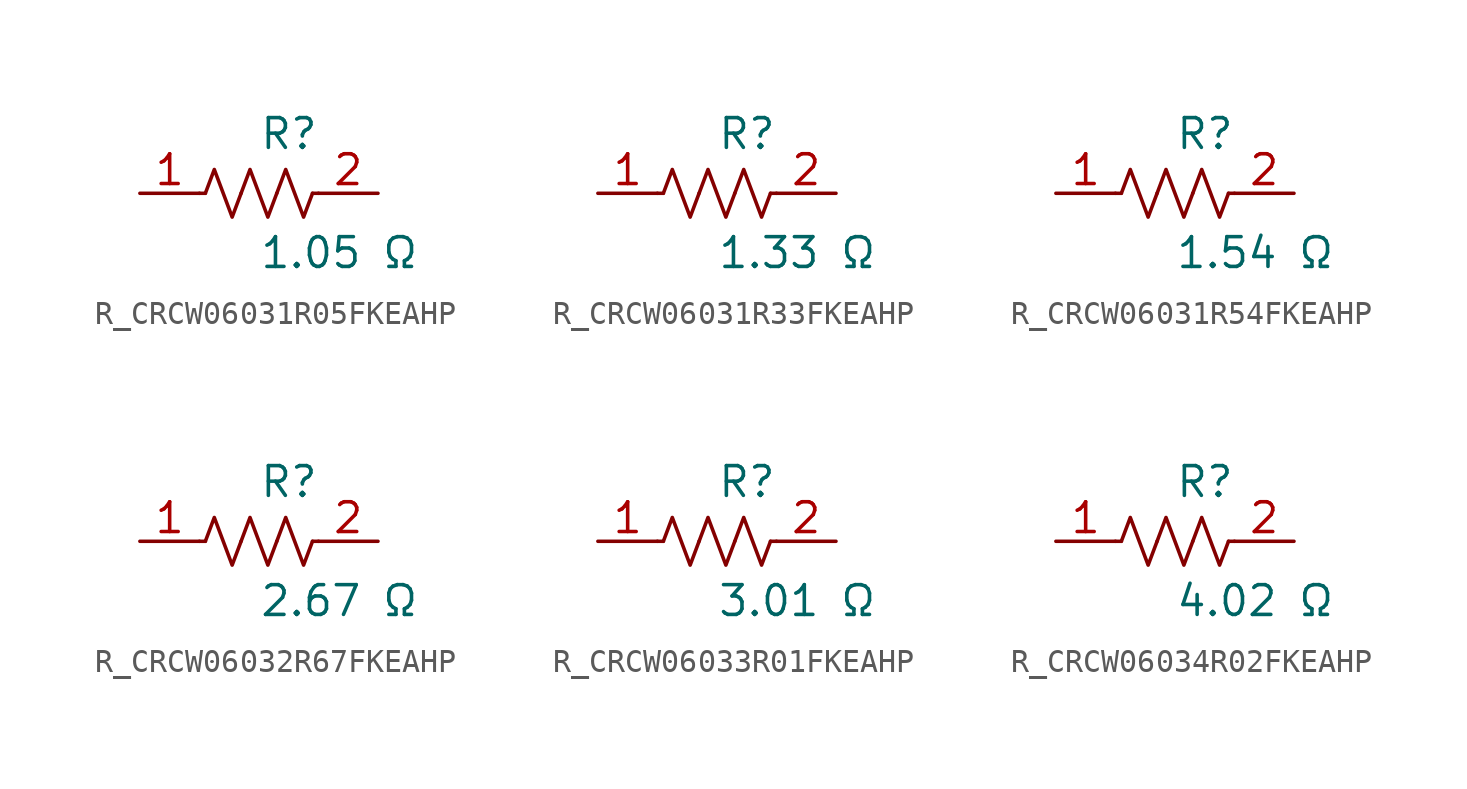
<source format=kicad_sym>
(kicad_symbol_lib
  (version 20231120)
  (generator kicad_symbol_editor)
  (generator_version 8.0)
  (symbol "R_CRCW06031R05FKEAHP"
    (pin_names
      (offset 0.254))
    (property "Reference" "R"
      (at 0.0 2.54 0)
      (effects (font (size 1.27 1.27)) (justify left)))
    (property "Value" "1.05 Ω"
      (at 0.0 -2.54 0)
      (effects (font (size 1.27 1.27)) (justify left)))
    (symbol "R_CRCW06031R05FKEAHP_0_1"
      (polyline (pts (xy 2.286 0) (xy 2.54 0)) (stroke (width 0) (type default)) (fill (type none)))
      (polyline (pts (xy -2.286 0) (xy -2.54 0)) (stroke (width 0) (type default)) (fill (type none)))
      (polyline (pts (xy 0.762 0) (xy 1.143 1.016) (xy 1.524 0) (xy 1.905 -1.016) (xy 2.286 0)) (stroke (width 0) (type default)) (fill (type none)))
      (polyline (pts (xy -0.762 0) (xy -0.381 1.016) (xy 0 0) (xy 0.381 -1.016) (xy 0.762 0)) (stroke (width 0) (type default)) (fill (type none)))
      (polyline (pts (xy -2.286 0) (xy -1.905 1.016) (xy -1.524 0) (xy -1.143 -1.016) (xy -0.762 0)) (stroke (width 0) (type default)) (fill (type none))))
    (pin unspecified line
      (at -5.08 0 0)
      (length 2.54)
      (name "" (effects (font (size 1.27 1.27))))
      (number "1" (effects (font (size 1.27 1.27)))))
    (pin unspecified line
      (at 5.08 0 180)
      (length 2.54)
      (name "" (effects (font (size 1.27 1.27))))
      (number "2" (effects (font (size 1.27 1.27))))))
  (symbol "R_CRCW06031R33FKEAHP"
    (pin_names
      (offset 0.254))
    (property "Reference" "R"
      (at 0.0 2.54 0)
      (effects (font (size 1.27 1.27)) (justify left)))
    (property "Value" "1.33 Ω"
      (at 0.0 -2.54 0)
      (effects (font (size 1.27 1.27)) (justify left)))
    (symbol "R_CRCW06031R33FKEAHP_0_1"
      (polyline (pts (xy 2.286 0) (xy 2.54 0)) (stroke (width 0) (type default)) (fill (type none)))
      (polyline (pts (xy -2.286 0) (xy -2.54 0)) (stroke (width 0) (type default)) (fill (type none)))
      (polyline (pts (xy 0.762 0) (xy 1.143 1.016) (xy 1.524 0) (xy 1.905 -1.016) (xy 2.286 0)) (stroke (width 0) (type default)) (fill (type none)))
      (polyline (pts (xy -0.762 0) (xy -0.381 1.016) (xy 0 0) (xy 0.381 -1.016) (xy 0.762 0)) (stroke (width 0) (type default)) (fill (type none)))
      (polyline (pts (xy -2.286 0) (xy -1.905 1.016) (xy -1.524 0) (xy -1.143 -1.016) (xy -0.762 0)) (stroke (width 0) (type default)) (fill (type none))))
    (pin unspecified line
      (at -5.08 0 0)
      (length 2.54)
      (name "" (effects (font (size 1.27 1.27))))
      (number "1" (effects (font (size 1.27 1.27)))))
    (pin unspecified line
      (at 5.08 0 180)
      (length 2.54)
      (name "" (effects (font (size 1.27 1.27))))
      (number "2" (effects (font (size 1.27 1.27))))))
  (symbol "R_CRCW06031R54FKEAHP"
    (pin_names
      (offset 0.254))
    (property "Reference" "R"
      (at 0.0 2.54 0)
      (effects (font (size 1.27 1.27)) (justify left)))
    (property "Value" "1.54 Ω"
      (at 0.0 -2.54 0)
      (effects (font (size 1.27 1.27)) (justify left)))
    (symbol "R_CRCW06031R54FKEAHP_0_1"
      (polyline (pts (xy 2.286 0) (xy 2.54 0)) (stroke (width 0) (type default)) (fill (type none)))
      (polyline (pts (xy -2.286 0) (xy -2.54 0)) (stroke (width 0) (type default)) (fill (type none)))
      (polyline (pts (xy 0.762 0) (xy 1.143 1.016) (xy 1.524 0) (xy 1.905 -1.016) (xy 2.286 0)) (stroke (width 0) (type default)) (fill (type none)))
      (polyline (pts (xy -0.762 0) (xy -0.381 1.016) (xy 0 0) (xy 0.381 -1.016) (xy 0.762 0)) (stroke (width 0) (type default)) (fill (type none)))
      (polyline (pts (xy -2.286 0) (xy -1.905 1.016) (xy -1.524 0) (xy -1.143 -1.016) (xy -0.762 0)) (stroke (width 0) (type default)) (fill (type none))))
    (pin unspecified line
      (at -5.08 0 0)
      (length 2.54)
      (name "" (effects (font (size 1.27 1.27))))
      (number "1" (effects (font (size 1.27 1.27)))))
    (pin unspecified line
      (at 5.08 0 180)
      (length 2.54)
      (name "" (effects (font (size 1.27 1.27))))
      (number "2" (effects (font (size 1.27 1.27))))))
  (symbol "R_CRCW06032R67FKEAHP"
    (pin_names
      (offset 0.254))
    (property "Reference" "R"
      (at 0.0 2.54 0)
      (effects (font (size 1.27 1.27)) (justify left)))
    (property "Value" "2.67 Ω"
      (at 0.0 -2.54 0)
      (effects (font (size 1.27 1.27)) (justify left)))
    (symbol "R_CRCW06032R67FKEAHP_0_1"
      (polyline (pts (xy 2.286 0) (xy 2.54 0)) (stroke (width 0) (type default)) (fill (type none)))
      (polyline (pts (xy -2.286 0) (xy -2.54 0)) (stroke (width 0) (type default)) (fill (type none)))
      (polyline (pts (xy 0.762 0) (xy 1.143 1.016) (xy 1.524 0) (xy 1.905 -1.016) (xy 2.286 0)) (stroke (width 0) (type default)) (fill (type none)))
      (polyline (pts (xy -0.762 0) (xy -0.381 1.016) (xy 0 0) (xy 0.381 -1.016) (xy 0.762 0)) (stroke (width 0) (type default)) (fill (type none)))
      (polyline (pts (xy -2.286 0) (xy -1.905 1.016) (xy -1.524 0) (xy -1.143 -1.016) (xy -0.762 0)) (stroke (width 0) (type default)) (fill (type none))))
    (pin unspecified line
      (at -5.08 0 0)
      (length 2.54)
      (name "" (effects (font (size 1.27 1.27))))
      (number "1" (effects (font (size 1.27 1.27)))))
    (pin unspecified line
      (at 5.08 0 180)
      (length 2.54)
      (name "" (effects (font (size 1.27 1.27))))
      (number "2" (effects (font (size 1.27 1.27))))))
  (symbol "R_CRCW06033R01FKEAHP"
    (pin_names
      (offset 0.254))
    (property "Reference" "R"
      (at 0.0 2.54 0)
      (effects (font (size 1.27 1.27)) (justify left)))
    (property "Value" "3.01 Ω"
      (at 0.0 -2.54 0)
      (effects (font (size 1.27 1.27)) (justify left)))
    (symbol "R_CRCW06033R01FKEAHP_0_1"
      (polyline (pts (xy 2.286 0) (xy 2.54 0)) (stroke (width 0) (type default)) (fill (type none)))
      (polyline (pts (xy -2.286 0) (xy -2.54 0)) (stroke (width 0) (type default)) (fill (type none)))
      (polyline (pts (xy 0.762 0) (xy 1.143 1.016) (xy 1.524 0) (xy 1.905 -1.016) (xy 2.286 0)) (stroke (width 0) (type default)) (fill (type none)))
      (polyline (pts (xy -0.762 0) (xy -0.381 1.016) (xy 0 0) (xy 0.381 -1.016) (xy 0.762 0)) (stroke (width 0) (type default)) (fill (type none)))
      (polyline (pts (xy -2.286 0) (xy -1.905 1.016) (xy -1.524 0) (xy -1.143 -1.016) (xy -0.762 0)) (stroke (width 0) (type default)) (fill (type none))))
    (pin unspecified line
      (at -5.08 0 0)
      (length 2.54)
      (name "" (effects (font (size 1.27 1.27))))
      (number "1" (effects (font (size 1.27 1.27)))))
    (pin unspecified line
      (at 5.08 0 180)
      (length 2.54)
      (name "" (effects (font (size 1.27 1.27))))
      (number "2" (effects (font (size 1.27 1.27))))))
  (symbol "R_CRCW06034R02FKEAHP"
    (pin_names
      (offset 0.254))
    (property "Reference" "R"
      (at 0.0 2.54 0)
      (effects (font (size 1.27 1.27)) (justify left)))
    (property "Value" "4.02 Ω"
      (at 0.0 -2.54 0)
      (effects (font (size 1.27 1.27)) (justify left)))
    (symbol "R_CRCW06034R02FKEAHP_0_1"
      (polyline (pts (xy 2.286 0) (xy 2.54 0)) (stroke (width 0) (type default)) (fill (type none)))
      (polyline (pts (xy -2.286 0) (xy -2.54 0)) (stroke (width 0) (type default)) (fill (type none)))
      (polyline (pts (xy 0.762 0) (xy 1.143 1.016) (xy 1.524 0) (xy 1.905 -1.016) (xy 2.286 0)) (stroke (width 0) (type default)) (fill (type none)))
      (polyline (pts (xy -0.762 0) (xy -0.381 1.016) (xy 0 0) (xy 0.381 -1.016) (xy 0.762 0)) (stroke (width 0) (type default)) (fill (type none)))
      (polyline (pts (xy -2.286 0) (xy -1.905 1.016) (xy -1.524 0) (xy -1.143 -1.016) (xy -0.762 0)) (stroke (width 0) (type default)) (fill (type none))))
    (pin unspecified line
      (at -5.08 0 0)
      (length 2.54)
      (name "" (effects (font (size 1.27 1.27))))
      (number "1" (effects (font (size 1.27 1.27)))))
    (pin unspecified line
      (at 5.08 0 180)
      (length 2.54)
      (name "" (effects (font (size 1.27 1.27))))
      (number "2" (effects (font (size 1.27 1.27)))))))
</source>
